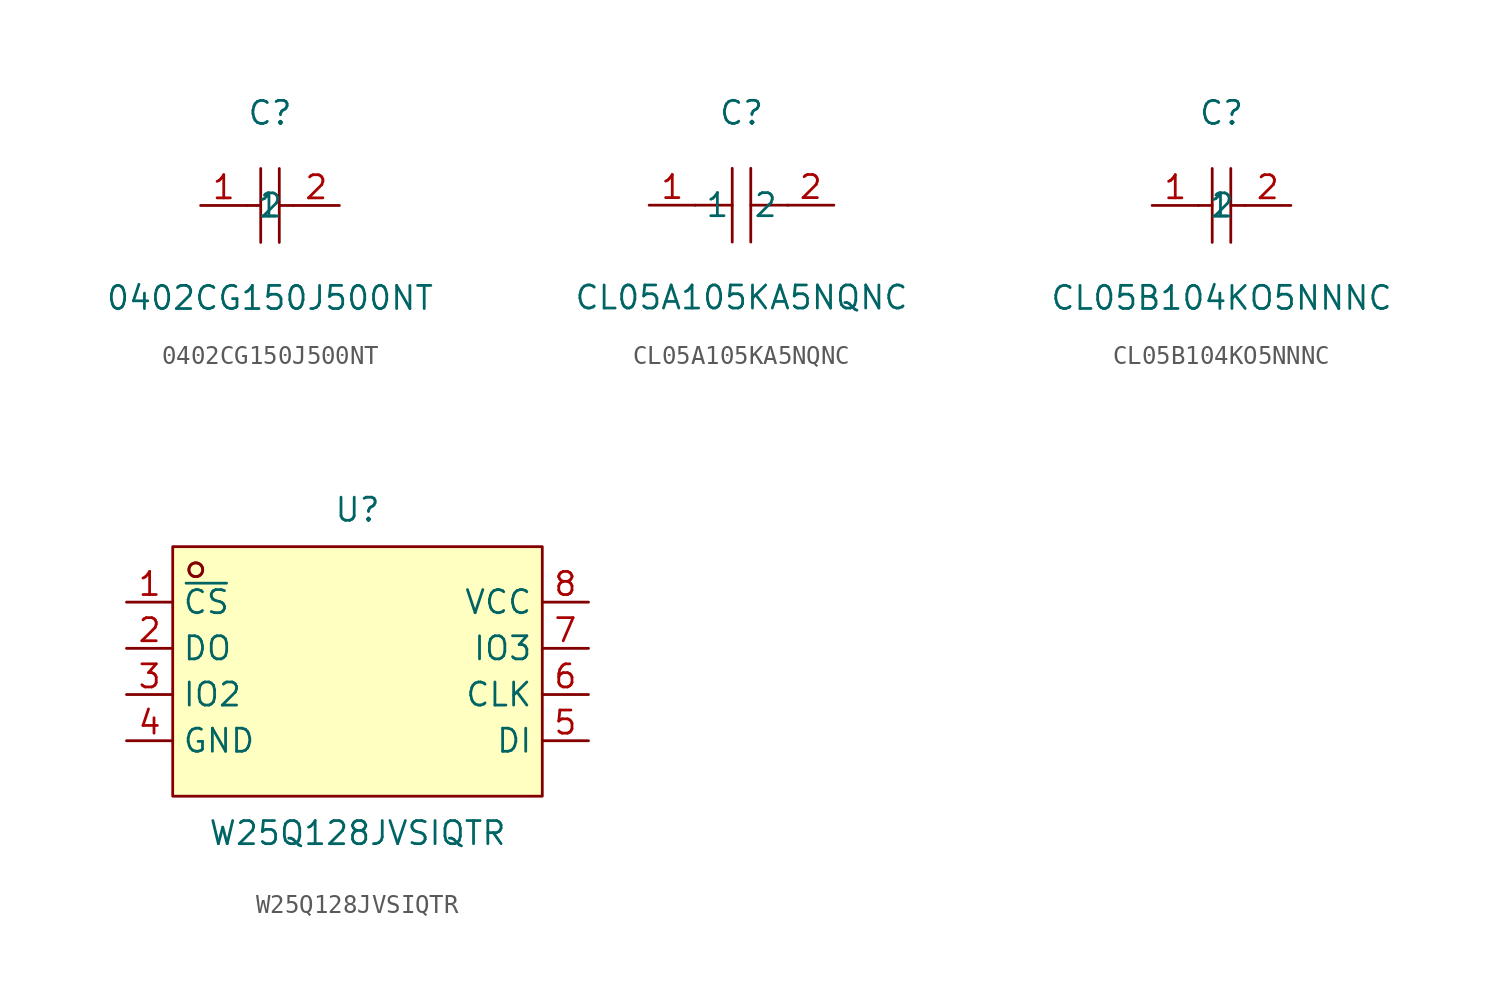
<source format=kicad_sym>
(kicad_symbol_lib
  (version 20231120)
  (generator "kicad_symbol_editor")
  (generator_version "8.0")
  (symbol "0402CG150J500NT"
    (property "Reference" "C"
      (at 0 5.08 0)
      (effects (font (size 1.27 1.27))))
    (property "Value" "0402CG150J500NT"
      (at 0 -5.08 0)
      (effects (font (size 1.27 1.27))))
    (symbol "0402CG150J500NT_0_1"
      (polyline (pts (xy -1.27 0) (xy -0.51 0)) (stroke (width 0) (type default)) (fill (type none)))
      (polyline (pts (xy -0.51 2.03) (xy -0.51 -2.03)) (stroke (width 0) (type default)) (fill (type none)))
      (polyline (pts (xy 0.51 0) (xy 1.27 0)) (stroke (width 0) (type default)) (fill (type none)))
      (polyline (pts (xy 0.51 2.03) (xy 0.51 -2.03)) (stroke (width 0) (type default)) (fill (type none)))
      (pin input line (at -3.81 0 0) (length 2.54) (name "1" (effects (font (size 1.27 1.27)))) (number "1" (effects (font (size 1.27 1.27)))))
      (pin input line (at 3.81 0 180) (length 2.54) (name "2" (effects (font (size 1.27 1.27)))) (number "2" (effects (font (size 1.27 1.27)))))))
  (symbol "CL05A105KA5NQNC"
    (property "Reference" "C"
      (at 0 5.08 0)
      (effects (font (size 1.27 1.27))))
    (property "Value" "CL05A105KA5NQNC"
      (at 0 -5.08 0)
      (effects (font (size 1.27 1.27))))
    (symbol "CL05A105KA5NQNC_0_1"
      (polyline (pts (xy -0.51 -2.03) (xy -0.51 2.03)) (stroke (width 0) (type default)) (fill (type none)))
      (polyline (pts (xy -0.51 0) (xy -2.54 0)) (stroke (width 0) (type default)) (fill (type none)))
      (polyline (pts (xy 0.51 2.03) (xy 0.51 -2.03)) (stroke (width 0) (type default)) (fill (type none)))
      (polyline (pts (xy 2.54 0) (xy 0.51 0)) (stroke (width 0) (type default)) (fill (type none)))
      (pin unspecified line (at -5.08 0 0) (length 2.54) (name "1" (effects (font (size 1.27 1.27)))) (number "1" (effects (font (size 1.27 1.27)))))
      (pin unspecified line (at 5.08 0 180) (length 2.54) (name "2" (effects (font (size 1.27 1.27)))) (number "2" (effects (font (size 1.27 1.27)))))))
  (symbol "CL05B104KO5NNNC"
    (property "Reference" "C"
      (at 0 5.08 0)
      (effects (font (size 1.27 1.27))))
    (property "Value" "CL05B104KO5NNNC"
      (at 0 -5.08 0)
      (effects (font (size 1.27 1.27))))
    (symbol "CL05B104KO5NNNC_0_1"
      (polyline (pts (xy -1.27 0) (xy -0.51 0)) (stroke (width 0) (type default)) (fill (type none)))
      (polyline (pts (xy -0.51 2.03) (xy -0.51 -2.03)) (stroke (width 0) (type default)) (fill (type none)))
      (polyline (pts (xy 0.51 0) (xy 1.27 0)) (stroke (width 0) (type default)) (fill (type none)))
      (polyline (pts (xy 0.51 2.03) (xy 0.51 -2.03)) (stroke (width 0) (type default)) (fill (type none)))
      (pin input line (at -3.81 0 0) (length 2.54) (name "1" (effects (font (size 1.27 1.27)))) (number "1" (effects (font (size 1.27 1.27)))))
      (pin input line (at 3.81 0 180) (length 2.54) (name "2" (effects (font (size 1.27 1.27)))) (number "2" (effects (font (size 1.27 1.27)))))))
  (symbol "W25Q128JVSIQTR"
    (property "Reference" "U"
      (at 0 8.89 0)
      (effects (font (size 1.27 1.27))))
    (property "Value" "W25Q128JVSIQTR"
      (at 0 -8.89 0)
      (effects (font (size 1.27 1.27))))
    (symbol "W25Q128JVSIQTR_0_1"
      (rectangle (start -10.16 6.86) (end 10.16 -6.86) (stroke (width 0) (type default)) (fill (type background)))
      (circle (center -8.89 5.59) (radius 0.38) (stroke (width 0) (type default)) (fill (type none)))
      (circle (center -8.89 5.59) (radius 0.38) (stroke (width 0) (type default)) (fill (type none)))
      (pin unspecified line (at -12.7 3.81 0) (length 2.54) (name "~{CS}" (effects (font (size 1.27 1.27)))) (number "1" (effects (font (size 1.27 1.27)))))
      (pin unspecified line (at -12.7 1.27 0) (length 2.54) (name "DO" (effects (font (size 1.27 1.27)))) (number "2" (effects (font (size 1.27 1.27)))))
      (pin unspecified line (at -12.7 -1.27 0) (length 2.54) (name "IO2" (effects (font (size 1.27 1.27)))) (number "3" (effects (font (size 1.27 1.27)))))
      (pin unspecified line (at -12.7 -3.81 0) (length 2.54) (name "GND" (effects (font (size 1.27 1.27)))) (number "4" (effects (font (size 1.27 1.27)))))
      (pin unspecified line (at 12.7 -3.81 180) (length 2.54) (name "DI" (effects (font (size 1.27 1.27)))) (number "5" (effects (font (size 1.27 1.27)))))
      (pin unspecified line (at 12.7 -1.27 180) (length 2.54) (name "CLK" (effects (font (size 1.27 1.27)))) (number "6" (effects (font (size 1.27 1.27)))))
      (pin unspecified line (at 12.7 1.27 180) (length 2.54) (name "IO3" (effects (font (size 1.27 1.27)))) (number "7" (effects (font (size 1.27 1.27)))))
      (pin unspecified line (at 12.7 3.81 180) (length 2.54) (name "VCC" (effects (font (size 1.27 1.27)))) (number "8" (effects (font (size 1.27 1.27))))))))
</source>
